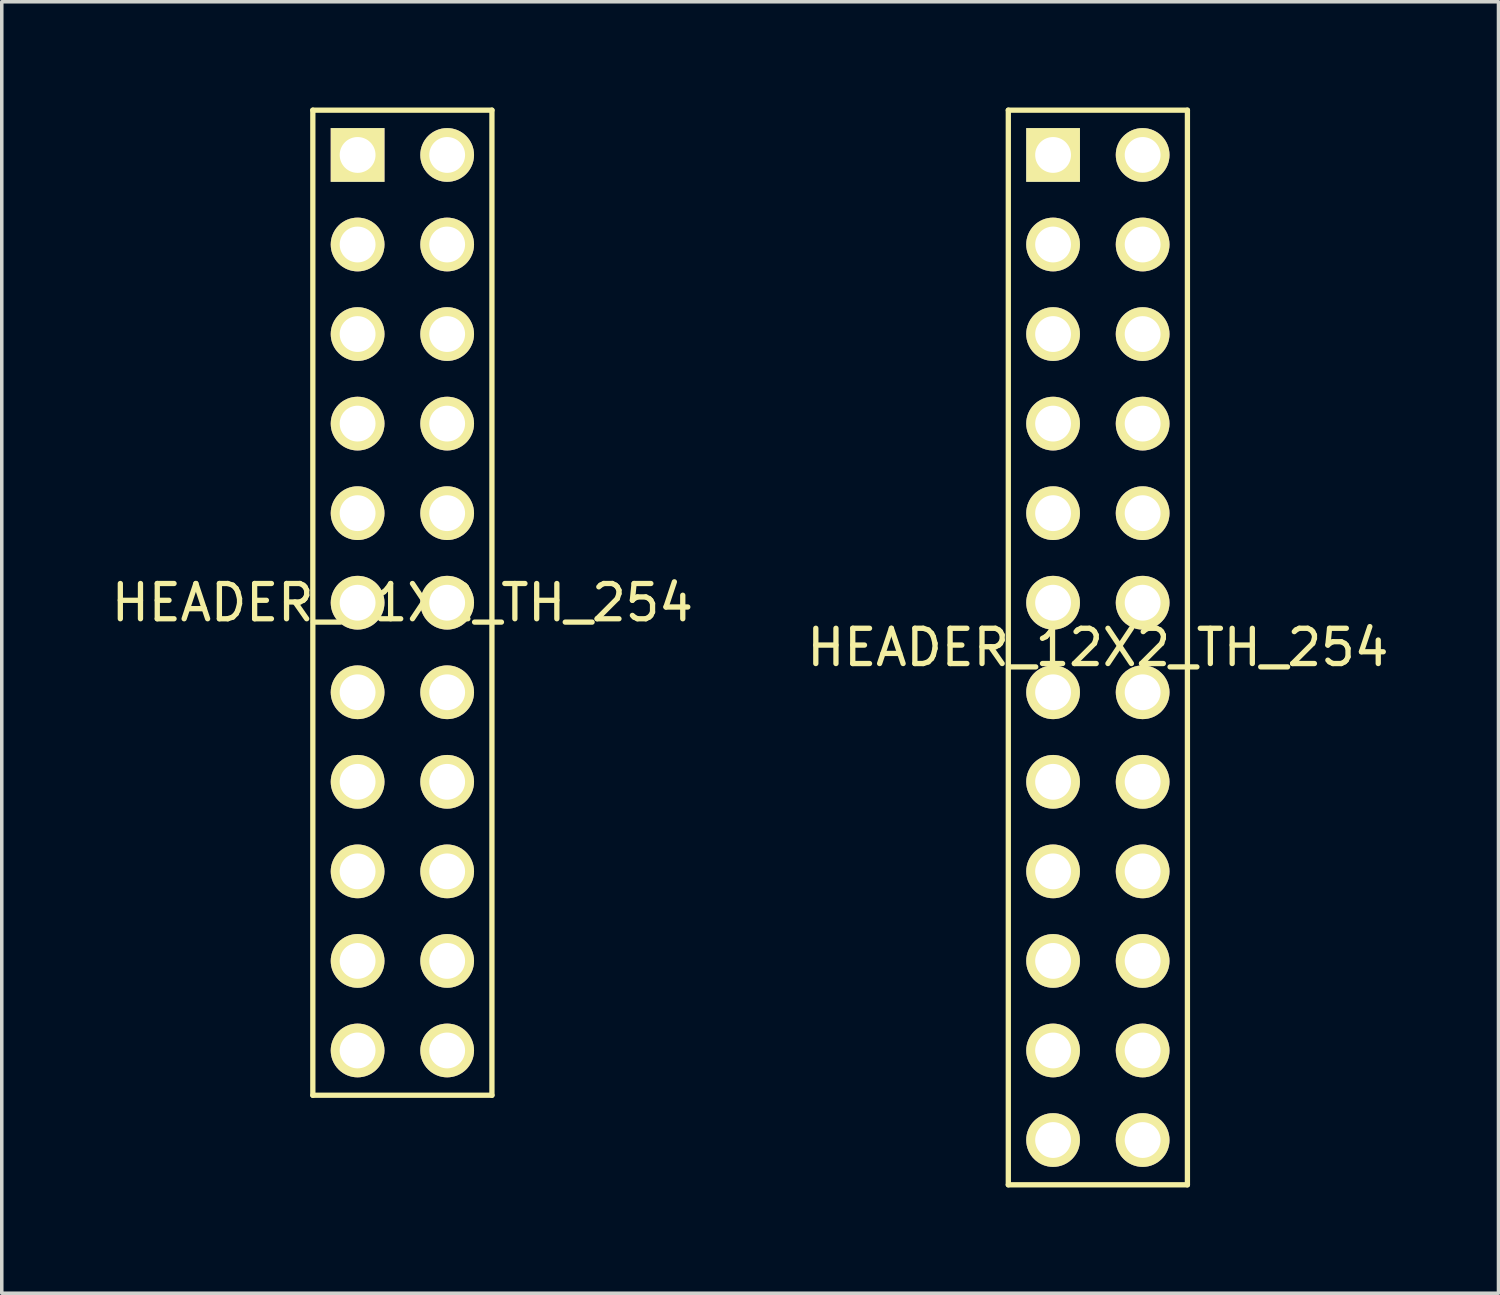
<source format=kicad_pcb>
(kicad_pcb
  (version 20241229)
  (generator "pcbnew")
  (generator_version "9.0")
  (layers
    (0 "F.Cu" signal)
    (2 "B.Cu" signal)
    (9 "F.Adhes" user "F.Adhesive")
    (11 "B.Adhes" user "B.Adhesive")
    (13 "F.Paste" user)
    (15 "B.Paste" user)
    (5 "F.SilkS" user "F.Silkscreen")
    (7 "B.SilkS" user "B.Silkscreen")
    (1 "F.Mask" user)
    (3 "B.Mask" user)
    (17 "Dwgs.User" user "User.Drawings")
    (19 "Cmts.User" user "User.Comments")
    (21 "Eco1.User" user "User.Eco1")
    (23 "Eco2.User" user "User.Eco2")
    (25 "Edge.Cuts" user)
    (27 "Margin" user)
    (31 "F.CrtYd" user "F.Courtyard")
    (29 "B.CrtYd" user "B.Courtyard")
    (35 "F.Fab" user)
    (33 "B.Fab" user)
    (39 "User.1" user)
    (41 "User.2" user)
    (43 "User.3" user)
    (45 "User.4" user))
  (footprint "HEADER_11X2_TH_254"
    (layer "F.Cu")
    (at 8.363 14.045)
    (property "Reference" "HEADER_11X2_TH_254" (at 0 0 0) (layer "F.SilkS") (effects (font (size 1 1) (thickness 0.15))))
    (attr through_hole)
    (fp_line (start -2.54 -13.97) (end -2.54 13.97) (stroke (width 0.15) (type solid)) (layer "F.SilkS"))
    (fp_line (start -2.54 -13.97) (end 2.54 -13.97) (stroke (width 0.15) (type solid)) (layer "F.SilkS"))
    (fp_line (start 2.54 -13.97) (end 2.54 13.97) (stroke (width 0.15) (type solid)) (layer "F.SilkS"))
    (fp_line (start 2.54 13.97) (end -2.54 13.97) (stroke (width 0.15) (type solid)) (layer "F.SilkS"))
    (pad "1" thru_hole rect (at -1.27 -12.7) (size 1.524 1.524) (drill 1.016) (layers "*.Cu" "*.Mask" "F.SilkS"))
    (pad "2" thru_hole circle (at 1.27 -12.7) (size 1.524 1.524) (drill 1.016) (layers "*.Cu" "*.Mask" "F.SilkS"))
    (pad "3" thru_hole circle (at -1.27 -10.16) (size 1.524 1.524) (drill 1.016) (layers "*.Cu" "*.Mask" "F.SilkS"))
    (pad "4" thru_hole circle (at 1.27 -10.16) (size 1.524 1.524) (drill 1.016) (layers "*.Cu" "*.Mask" "F.SilkS"))
    (pad "5" thru_hole circle (at -1.27 -7.62) (size 1.524 1.524) (drill 1.016) (layers "*.Cu" "*.Mask" "F.SilkS"))
    (pad "6" thru_hole circle (at 1.27 -7.62) (size 1.524 1.524) (drill 1.016) (layers "*.Cu" "*.Mask" "F.SilkS"))
    (pad "7" thru_hole circle (at -1.27 -5.08) (size 1.524 1.524) (drill 1.016) (layers "*.Cu" "*.Mask" "F.SilkS"))
    (pad "8" thru_hole circle (at 1.27 -5.08) (size 1.524 1.524) (drill 1.016) (layers "*.Cu" "*.Mask" "F.SilkS"))
    (pad "9" thru_hole circle (at -1.27 -2.54) (size 1.524 1.524) (drill 1.016) (layers "*.Cu" "*.Mask" "F.SilkS"))
    (pad "10" thru_hole circle (at 1.27 -2.54) (size 1.524 1.524) (drill 1.016) (layers "*.Cu" "*.Mask" "F.SilkS"))
    (pad "11" thru_hole circle (at -1.27 0) (size 1.524 1.524) (drill 1.016) (layers "*.Cu" "*.Mask" "F.SilkS"))
    (pad "12" thru_hole circle (at 1.27 0) (size 1.524 1.524) (drill 1.016) (layers "*.Cu" "*.Mask" "F.SilkS"))
    (pad "13" thru_hole circle (at -1.27 2.54) (size 1.524 1.524) (drill 1.016) (layers "*.Cu" "*.Mask" "F.SilkS"))
    (pad "14" thru_hole circle (at 1.27 2.54) (size 1.524 1.524) (drill 1.016) (layers "*.Cu" "*.Mask" "F.SilkS"))
    (pad "15" thru_hole circle (at -1.27 5.08) (size 1.524 1.524) (drill 1.016) (layers "*.Cu" "*.Mask" "F.SilkS"))
    (pad "16" thru_hole circle (at 1.27 5.08) (size 1.524 1.524) (drill 1.016) (layers "*.Cu" "*.Mask" "F.SilkS"))
    (pad "17" thru_hole circle (at -1.27 7.62) (size 1.524 1.524) (drill 1.016) (layers "*.Cu" "*.Mask" "F.SilkS"))
    (pad "18" thru_hole circle (at 1.27 7.62) (size 1.524 1.524) (drill 1.016) (layers "*.Cu" "*.Mask" "F.SilkS"))
    (pad "19" thru_hole circle (at -1.27 10.16) (size 1.524 1.524) (drill 1.016) (layers "*.Cu" "*.Mask" "F.SilkS"))
    (pad "20" thru_hole circle (at 1.27 10.16) (size 1.524 1.524) (drill 1.016) (layers "*.Cu" "*.Mask" "F.SilkS"))
    (pad "21" thru_hole circle (at -1.27 12.7) (size 1.524 1.524) (drill 1.016) (layers "*.Cu" "*.Mask" "F.SilkS"))
    (pad "22" thru_hole circle (at 1.27 12.7) (size 1.524 1.524) (drill 1.016) (layers "*.Cu" "*.Mask" "F.SilkS")))
  (footprint "HEADER_12X2_TH_254"
    (layer "F.Cu")
    (at 28.089 15.315)
    (property "Reference" "HEADER_12X2_TH_254" (at 0 0 0) (layer "F.SilkS") (effects (font (size 1 1) (thickness 0.15))))
    (attr through_hole)
    (fp_line (start -2.54 -15.24) (end 2.54 -15.24) (stroke (width 0.15) (type solid)) (layer "F.SilkS"))
    (fp_line (start -2.54 15.24) (end -2.54 -15.24) (stroke (width 0.15) (type solid)) (layer "F.SilkS"))
    (fp_line (start 2.54 -15.24) (end 2.54 15.24) (stroke (width 0.15) (type solid)) (layer "F.SilkS"))
    (fp_line (start 2.54 15.24) (end -2.54 15.24) (stroke (width 0.15) (type solid)) (layer "F.SilkS"))
    (pad "1" thru_hole rect (at -1.27 -13.97) (size 1.524 1.524) (drill 1.016) (layers "*.Cu" "*.Mask" "F.SilkS"))
    (pad "2" thru_hole circle (at 1.27 -13.97) (size 1.524 1.524) (drill 1.016) (layers "*.Cu" "*.Mask" "F.SilkS"))
    (pad "3" thru_hole circle (at -1.27 -11.43) (size 1.524 1.524) (drill 1.016) (layers "*.Cu" "*.Mask" "F.SilkS"))
    (pad "4" thru_hole circle (at 1.27 -11.43) (size 1.524 1.524) (drill 1.016) (layers "*.Cu" "*.Mask" "F.SilkS"))
    (pad "5" thru_hole circle (at -1.27 -8.89) (size 1.524 1.524) (drill 1.016) (layers "*.Cu" "*.Mask" "F.SilkS"))
    (pad "6" thru_hole circle (at 1.27 -8.89) (size 1.524 1.524) (drill 1.016) (layers "*.Cu" "*.Mask" "F.SilkS"))
    (pad "7" thru_hole circle (at -1.27 -6.35) (size 1.524 1.524) (drill 1.016) (layers "*.Cu" "*.Mask" "F.SilkS"))
    (pad "8" thru_hole circle (at 1.27 -6.35) (size 1.524 1.524) (drill 1.016) (layers "*.Cu" "*.Mask" "F.SilkS"))
    (pad "9" thru_hole circle (at -1.27 -3.81) (size 1.524 1.524) (drill 1.016) (layers "*.Cu" "*.Mask" "F.SilkS"))
    (pad "10" thru_hole circle (at 1.27 -3.81) (size 1.524 1.524) (drill 1.016) (layers "*.Cu" "*.Mask" "F.SilkS"))
    (pad "11" thru_hole circle (at -1.27 -1.27) (size 1.524 1.524) (drill 1.016) (layers "*.Cu" "*.Mask" "F.SilkS"))
    (pad "12" thru_hole circle (at 1.27 -1.27) (size 1.524 1.524) (drill 1.016) (layers "*.Cu" "*.Mask" "F.SilkS"))
    (pad "13" thru_hole circle (at -1.27 1.27) (size 1.524 1.524) (drill 1.016) (layers "*.Cu" "*.Mask" "F.SilkS"))
    (pad "14" thru_hole circle (at 1.27 1.27) (size 1.524 1.524) (drill 1.016) (layers "*.Cu" "*.Mask" "F.SilkS"))
    (pad "15" thru_hole circle (at -1.27 3.81) (size 1.524 1.524) (drill 1.016) (layers "*.Cu" "*.Mask" "F.SilkS"))
    (pad "16" thru_hole circle (at 1.27 3.81) (size 1.524 1.524) (drill 1.016) (layers "*.Cu" "*.Mask" "F.SilkS"))
    (pad "17" thru_hole circle (at -1.27 6.35) (size 1.524 1.524) (drill 1.016) (layers "*.Cu" "*.Mask" "F.SilkS"))
    (pad "18" thru_hole circle (at 1.27 6.35) (size 1.524 1.524) (drill 1.016) (layers "*.Cu" "*.Mask" "F.SilkS"))
    (pad "19" thru_hole circle (at -1.27 8.89) (size 1.524 1.524) (drill 1.016) (layers "*.Cu" "*.Mask" "F.SilkS"))
    (pad "20" thru_hole circle (at 1.27 8.89) (size 1.524 1.524) (drill 1.016) (layers "*.Cu" "*.Mask" "F.SilkS"))
    (pad "21" thru_hole circle (at -1.27 11.43) (size 1.524 1.524) (drill 1.016) (layers "*.Cu" "*.Mask" "F.SilkS"))
    (pad "22" thru_hole circle (at 1.27 11.43) (size 1.524 1.524) (drill 1.016) (layers "*.Cu" "*.Mask" "F.SilkS"))
    (pad "23" thru_hole circle (at -1.27 13.97) (size 1.524 1.524) (drill 1.016) (layers "*.Cu" "*.Mask" "F.SilkS"))
    (pad "24" thru_hole circle (at 1.27 13.97) (size 1.524 1.524) (drill 1.016) (layers "*.Cu" "*.Mask" "F.SilkS")))
  (gr_rect
    (start -3 -3)
    (end 39.452 33.63)
    (stroke (width 0.1) (type default))
    (fill no)
    (layer "Edge.Cuts")))
</source>
